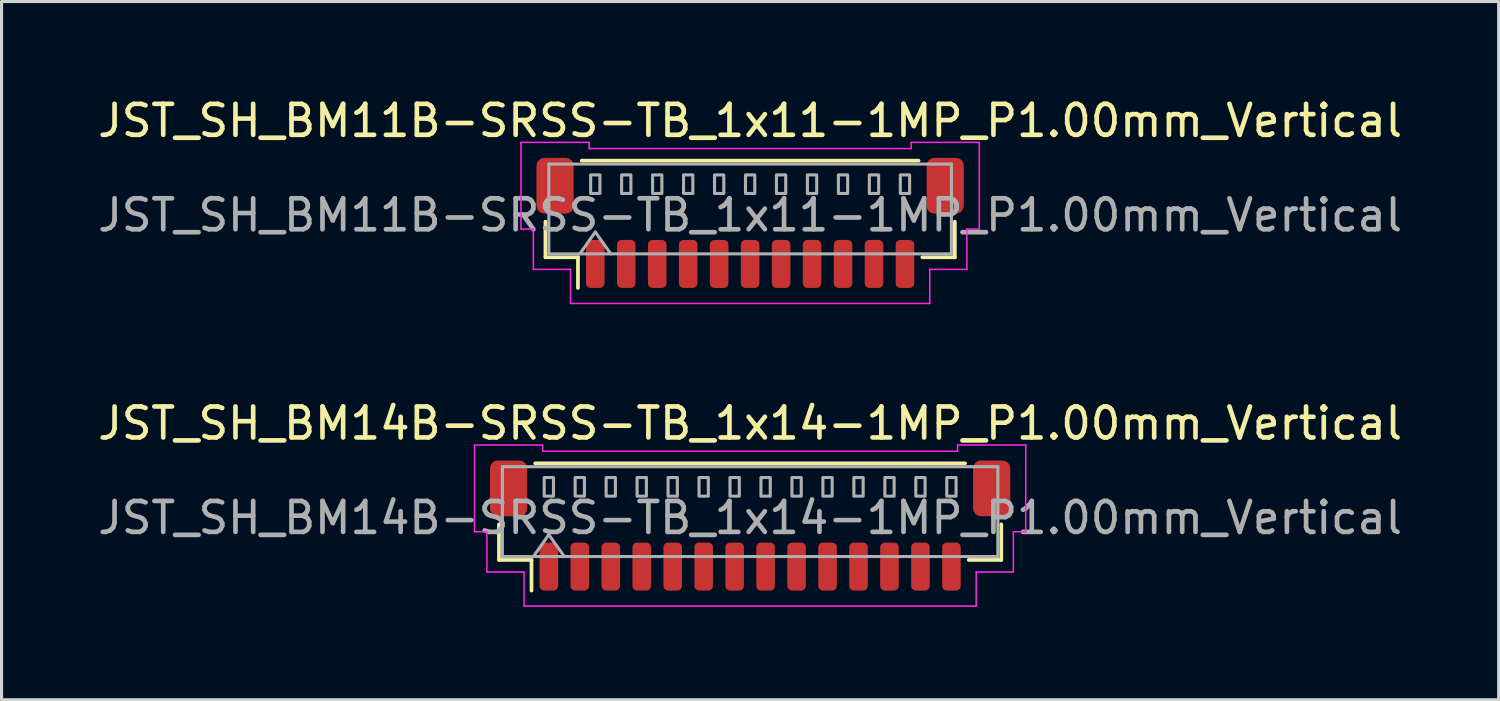
<source format=kicad_pcb>
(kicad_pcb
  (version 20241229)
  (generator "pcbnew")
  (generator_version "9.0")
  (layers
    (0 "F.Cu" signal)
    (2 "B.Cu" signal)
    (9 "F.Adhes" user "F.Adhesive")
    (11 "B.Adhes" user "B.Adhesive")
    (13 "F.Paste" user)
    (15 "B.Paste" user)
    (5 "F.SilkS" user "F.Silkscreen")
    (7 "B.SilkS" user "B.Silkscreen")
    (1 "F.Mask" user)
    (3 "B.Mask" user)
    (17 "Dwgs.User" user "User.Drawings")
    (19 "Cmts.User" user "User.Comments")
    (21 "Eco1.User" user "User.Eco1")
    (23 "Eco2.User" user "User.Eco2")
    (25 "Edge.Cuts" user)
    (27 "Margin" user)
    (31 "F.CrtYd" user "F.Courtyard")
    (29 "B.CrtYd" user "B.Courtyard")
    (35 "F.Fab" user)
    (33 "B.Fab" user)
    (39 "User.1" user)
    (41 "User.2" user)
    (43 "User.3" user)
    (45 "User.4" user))
  (footprint "JST_SH_BM11B-SRSS-TB_1x11-1MP_P1.00mm_Vertical"
    (layer "F.Cu")
    (at 21.173 4.148)
    (property "Reference" "JST_SH_BM11B-SRSS-TB_1x11-1MP_P1.00mm_Vertical" (at 0 -3.3 0) (layer "F.SilkS") (effects (font (size 1 1) (thickness 0.15))))
    (attr smd)
    (fp_line (start -6.61 -0.04) (end -6.61 1.11) (stroke (width 0.12) (type solid)) (layer "F.SilkS"))
    (fp_line (start -6.61 1.11) (end -5.56 1.11) (stroke (width 0.12) (type solid)) (layer "F.SilkS"))
    (fp_line (start -5.56 1.11) (end -5.56 2.1) (stroke (width 0.12) (type solid)) (layer "F.SilkS"))
    (fp_line (start -5.44 -2.01) (end 5.44 -2.01) (stroke (width 0.12) (type solid)) (layer "F.SilkS"))
    (fp_line (start 6.61 -0.04) (end 6.61 1.11) (stroke (width 0.12) (type solid)) (layer "F.SilkS"))
    (fp_line (start 6.61 1.11) (end 5.56 1.11) (stroke (width 0.12) (type solid)) (layer "F.SilkS"))
    (fp_line (start -7.4 -2.6) (end -5.2 -2.6) (stroke (width 0.05) (type solid)) (layer "F.CrtYd"))
    (fp_line (start -7.4 0.2) (end -7.4 -2.6) (stroke (width 0.05) (type solid)) (layer "F.CrtYd"))
    (fp_line (start -7 0.2) (end -7.4 0.2) (stroke (width 0.05) (type solid)) (layer "F.CrtYd"))
    (fp_line (start -7 1.5) (end -7 0.2) (stroke (width 0.05) (type solid)) (layer "F.CrtYd"))
    (fp_line (start -5.8 1.5) (end -7 1.5) (stroke (width 0.05) (type solid)) (layer "F.CrtYd"))
    (fp_line (start -5.8 2.6) (end -5.8 1.5) (stroke (width 0.05) (type solid)) (layer "F.CrtYd"))
    (fp_line (start -5.2 -2.6) (end -5.2 -2.4) (stroke (width 0.05) (type solid)) (layer "F.CrtYd"))
    (fp_line (start -5.2 -2.4) (end 5.2 -2.4) (stroke (width 0.05) (type solid)) (layer "F.CrtYd"))
    (fp_line (start 5.2 -2.6) (end 7.4 -2.6) (stroke (width 0.05) (type solid)) (layer "F.CrtYd"))
    (fp_line (start 5.2 -2.4) (end 5.2 -2.6) (stroke (width 0.05) (type solid)) (layer "F.CrtYd"))
    (fp_line (start 5.8 1.5) (end 5.8 2.6) (stroke (width 0.05) (type solid)) (layer "F.CrtYd"))
    (fp_line (start 5.8 2.6) (end -5.8 2.6) (stroke (width 0.05) (type solid)) (layer "F.CrtYd"))
    (fp_line (start 7 0.2) (end 7 1.5) (stroke (width 0.05) (type solid)) (layer "F.CrtYd"))
    (fp_line (start 7 1.5) (end 5.8 1.5) (stroke (width 0.05) (type solid)) (layer "F.CrtYd"))
    (fp_line (start 7.4 -2.6) (end 7.4 0.2) (stroke (width 0.05) (type solid)) (layer "F.CrtYd"))
    (fp_line (start 7.4 0.2) (end 7 0.2) (stroke (width 0.05) (type solid)) (layer "F.CrtYd"))
    (fp_line (start -6.5 -1.9) (end 6.5 -1.9) (stroke (width 0.1) (type solid)) (layer "F.Fab"))
    (fp_line (start -6.5 1) (end -6.5 -1.9) (stroke (width 0.1) (type solid)) (layer "F.Fab"))
    (fp_line (start -6.5 1) (end 6.5 1) (stroke (width 0.1) (type solid)) (layer "F.Fab"))
    (fp_line (start -5.5 1) (end -5 0.293) (stroke (width 0.1) (type solid)) (layer "F.Fab"))
    (fp_line (start -5 0.293) (end -4.5 1) (stroke (width 0.1) (type solid)) (layer "F.Fab"))
    (fp_line (start 6.5 1) (end 6.5 -1.9) (stroke (width 0.1) (type solid)) (layer "F.Fab"))
    (fp_rect (start -5.15 -1.55) (end -4.85 -0.95) (stroke (width 0.1) (type solid)) (fill no) (layer "F.Fab"))
    (fp_rect (start -4.15 -1.55) (end -3.85 -0.95) (stroke (width 0.1) (type solid)) (fill no) (layer "F.Fab"))
    (fp_rect (start -3.15 -1.55) (end -2.85 -0.95) (stroke (width 0.1) (type solid)) (fill no) (layer "F.Fab"))
    (fp_rect (start -2.15 -1.55) (end -1.85 -0.95) (stroke (width 0.1) (type solid)) (fill no) (layer "F.Fab"))
    (fp_rect (start -1.15 -1.55) (end -0.85 -0.95) (stroke (width 0.1) (type solid)) (fill no) (layer "F.Fab"))
    (fp_rect (start -0.15 -1.55) (end 0.15 -0.95) (stroke (width 0.1) (type solid)) (fill no) (layer "F.Fab"))
    (fp_rect (start 0.85 -1.55) (end 1.15 -0.95) (stroke (width 0.1) (type solid)) (fill no) (layer "F.Fab"))
    (fp_rect (start 1.85 -1.55) (end 2.15 -0.95) (stroke (width 0.1) (type solid)) (fill no) (layer "F.Fab"))
    (fp_rect (start 2.85 -1.55) (end 3.15 -0.95) (stroke (width 0.1) (type solid)) (fill no) (layer "F.Fab"))
    (fp_rect (start 3.85 -1.55) (end 4.15 -0.95) (stroke (width 0.1) (type solid)) (fill no) (layer "F.Fab"))
    (fp_rect (start 4.85 -1.55) (end 5.15 -0.95) (stroke (width 0.1) (type solid)) (fill no) (layer "F.Fab"))
    (fp_text user "${REFERENCE}" (at 0 -0.25 0) (layer "F.Fab") (effects (font (size 1 1) (thickness 0.15))))
    (pad "1" smd roundrect (at -5 1.325) (size 0.6 1.55) (layers "F.Cu" "F.Mask" "F.Paste") (roundrect_rratio 0.25))
    (pad "2" smd roundrect (at -4 1.325) (size 0.6 1.55) (layers "F.Cu" "F.Mask" "F.Paste") (roundrect_rratio 0.25))
    (pad "3" smd roundrect (at -3 1.325) (size 0.6 1.55) (layers "F.Cu" "F.Mask" "F.Paste") (roundrect_rratio 0.25))
    (pad "4" smd roundrect (at -2 1.325) (size 0.6 1.55) (layers "F.Cu" "F.Mask" "F.Paste") (roundrect_rratio 0.25))
    (pad "5" smd roundrect (at -1 1.325) (size 0.6 1.55) (layers "F.Cu" "F.Mask" "F.Paste") (roundrect_rratio 0.25))
    (pad "6" smd roundrect (at 0 1.325) (size 0.6 1.55) (layers "F.Cu" "F.Mask" "F.Paste") (roundrect_rratio 0.25))
    (pad "7" smd roundrect (at 1 1.325) (size 0.6 1.55) (layers "F.Cu" "F.Mask" "F.Paste") (roundrect_rratio 0.25))
    (pad "8" smd roundrect (at 2 1.325) (size 0.6 1.55) (layers "F.Cu" "F.Mask" "F.Paste") (roundrect_rratio 0.25))
    (pad "9" smd roundrect (at 3 1.325) (size 0.6 1.55) (layers "F.Cu" "F.Mask" "F.Paste") (roundrect_rratio 0.25))
    (pad "10" smd roundrect (at 4 1.325) (size 0.6 1.55) (layers "F.Cu" "F.Mask" "F.Paste") (roundrect_rratio 0.25))
    (pad "11" smd roundrect (at 5 1.325) (size 0.6 1.55) (layers "F.Cu" "F.Mask" "F.Paste") (roundrect_rratio 0.25))
    (pad "MP" smd roundrect (at -6.3 -1.2) (size 1.2 1.8) (layers "F.Cu" "F.Mask" "F.Paste") (roundrect_rratio 0.208))
    (pad "MP" smd roundrect (at 6.3 -1.2) (size 1.2 1.8) (layers "F.Cu" "F.Mask" "F.Paste") (roundrect_rratio 0.208)))
  (footprint "JST_SH_BM14B-SRSS-TB_1x14-1MP_P1.00mm_Vertical"
    (layer "F.Cu")
    (at 21.173 13.921)
    (property "Reference" "JST_SH_BM14B-SRSS-TB_1x14-1MP_P1.00mm_Vertical" (at 0 -3.3 0) (layer "F.SilkS") (effects (font (size 1 1) (thickness 0.15))))
    (attr smd)
    (fp_line (start -8.11 -0.04) (end -8.11 1.11) (stroke (width 0.12) (type solid)) (layer "F.SilkS"))
    (fp_line (start -8.11 1.11) (end -7.06 1.11) (stroke (width 0.12) (type solid)) (layer "F.SilkS"))
    (fp_line (start -7.06 1.11) (end -7.06 2.1) (stroke (width 0.12) (type solid)) (layer "F.SilkS"))
    (fp_line (start -6.94 -2.01) (end 6.94 -2.01) (stroke (width 0.12) (type solid)) (layer "F.SilkS"))
    (fp_line (start 8.11 -0.04) (end 8.11 1.11) (stroke (width 0.12) (type solid)) (layer "F.SilkS"))
    (fp_line (start 8.11 1.11) (end 7.06 1.11) (stroke (width 0.12) (type solid)) (layer "F.SilkS"))
    (fp_line (start -8.9 -2.6) (end -6.7 -2.6) (stroke (width 0.05) (type solid)) (layer "F.CrtYd"))
    (fp_line (start -8.9 0.2) (end -8.9 -2.6) (stroke (width 0.05) (type solid)) (layer "F.CrtYd"))
    (fp_line (start -8.5 0.2) (end -8.9 0.2) (stroke (width 0.05) (type solid)) (layer "F.CrtYd"))
    (fp_line (start -8.5 1.5) (end -8.5 0.2) (stroke (width 0.05) (type solid)) (layer "F.CrtYd"))
    (fp_line (start -7.3 1.5) (end -8.5 1.5) (stroke (width 0.05) (type solid)) (layer "F.CrtYd"))
    (fp_line (start -7.3 2.6) (end -7.3 1.5) (stroke (width 0.05) (type solid)) (layer "F.CrtYd"))
    (fp_line (start -6.7 -2.6) (end -6.7 -2.4) (stroke (width 0.05) (type solid)) (layer "F.CrtYd"))
    (fp_line (start -6.7 -2.4) (end 6.7 -2.4) (stroke (width 0.05) (type solid)) (layer "F.CrtYd"))
    (fp_line (start 6.7 -2.6) (end 8.9 -2.6) (stroke (width 0.05) (type solid)) (layer "F.CrtYd"))
    (fp_line (start 6.7 -2.4) (end 6.7 -2.6) (stroke (width 0.05) (type solid)) (layer "F.CrtYd"))
    (fp_line (start 7.3 1.5) (end 7.3 2.6) (stroke (width 0.05) (type solid)) (layer "F.CrtYd"))
    (fp_line (start 7.3 2.6) (end -7.3 2.6) (stroke (width 0.05) (type solid)) (layer "F.CrtYd"))
    (fp_line (start 8.5 0.2) (end 8.5 1.5) (stroke (width 0.05) (type solid)) (layer "F.CrtYd"))
    (fp_line (start 8.5 1.5) (end 7.3 1.5) (stroke (width 0.05) (type solid)) (layer "F.CrtYd"))
    (fp_line (start 8.9 -2.6) (end 8.9 0.2) (stroke (width 0.05) (type solid)) (layer "F.CrtYd"))
    (fp_line (start 8.9 0.2) (end 8.5 0.2) (stroke (width 0.05) (type solid)) (layer "F.CrtYd"))
    (fp_line (start -8 -1.9) (end 8 -1.9) (stroke (width 0.1) (type solid)) (layer "F.Fab"))
    (fp_line (start -8 1) (end -8 -1.9) (stroke (width 0.1) (type solid)) (layer "F.Fab"))
    (fp_line (start -8 1) (end 8 1) (stroke (width 0.1) (type solid)) (layer "F.Fab"))
    (fp_line (start -7 1) (end -6.5 0.293) (stroke (width 0.1) (type solid)) (layer "F.Fab"))
    (fp_line (start -6.5 0.293) (end -6 1) (stroke (width 0.1) (type solid)) (layer "F.Fab"))
    (fp_line (start 8 1) (end 8 -1.9) (stroke (width 0.1) (type solid)) (layer "F.Fab"))
    (fp_rect (start -6.65 -1.55) (end -6.35 -0.95) (stroke (width 0.1) (type solid)) (fill no) (layer "F.Fab"))
    (fp_rect (start -5.65 -1.55) (end -5.35 -0.95) (stroke (width 0.1) (type solid)) (fill no) (layer "F.Fab"))
    (fp_rect (start -4.65 -1.55) (end -4.35 -0.95) (stroke (width 0.1) (type solid)) (fill no) (layer "F.Fab"))
    (fp_rect (start -3.65 -1.55) (end -3.35 -0.95) (stroke (width 0.1) (type solid)) (fill no) (layer "F.Fab"))
    (fp_rect (start -2.65 -1.55) (end -2.35 -0.95) (stroke (width 0.1) (type solid)) (fill no) (layer "F.Fab"))
    (fp_rect (start -1.65 -1.55) (end -1.35 -0.95) (stroke (width 0.1) (type solid)) (fill no) (layer "F.Fab"))
    (fp_rect (start -0.65 -1.55) (end -0.35 -0.95) (stroke (width 0.1) (type solid)) (fill no) (layer "F.Fab"))
    (fp_rect (start 0.35 -1.55) (end 0.65 -0.95) (stroke (width 0.1) (type solid)) (fill no) (layer "F.Fab"))
    (fp_rect (start 1.35 -1.55) (end 1.65 -0.95) (stroke (width 0.1) (type solid)) (fill no) (layer "F.Fab"))
    (fp_rect (start 2.35 -1.55) (end 2.65 -0.95) (stroke (width 0.1) (type solid)) (fill no) (layer "F.Fab"))
    (fp_rect (start 3.35 -1.55) (end 3.65 -0.95) (stroke (width 0.1) (type solid)) (fill no) (layer "F.Fab"))
    (fp_rect (start 4.35 -1.55) (end 4.65 -0.95) (stroke (width 0.1) (type solid)) (fill no) (layer "F.Fab"))
    (fp_rect (start 5.35 -1.55) (end 5.65 -0.95) (stroke (width 0.1) (type solid)) (fill no) (layer "F.Fab"))
    (fp_rect (start 6.35 -1.55) (end 6.65 -0.95) (stroke (width 0.1) (type solid)) (fill no) (layer "F.Fab"))
    (fp_text user "${REFERENCE}" (at 0 -0.25 0) (layer "F.Fab") (effects (font (size 1 1) (thickness 0.15))))
    (pad "1" smd roundrect (at -6.5 1.325) (size 0.6 1.55) (layers "F.Cu" "F.Mask" "F.Paste") (roundrect_rratio 0.25))
    (pad "2" smd roundrect (at -5.5 1.325) (size 0.6 1.55) (layers "F.Cu" "F.Mask" "F.Paste") (roundrect_rratio 0.25))
    (pad "3" smd roundrect (at -4.5 1.325) (size 0.6 1.55) (layers "F.Cu" "F.Mask" "F.Paste") (roundrect_rratio 0.25))
    (pad "4" smd roundrect (at -3.5 1.325) (size 0.6 1.55) (layers "F.Cu" "F.Mask" "F.Paste") (roundrect_rratio 0.25))
    (pad "5" smd roundrect (at -2.5 1.325) (size 0.6 1.55) (layers "F.Cu" "F.Mask" "F.Paste") (roundrect_rratio 0.25))
    (pad "6" smd roundrect (at -1.5 1.325) (size 0.6 1.55) (layers "F.Cu" "F.Mask" "F.Paste") (roundrect_rratio 0.25))
    (pad "7" smd roundrect (at -0.5 1.325) (size 0.6 1.55) (layers "F.Cu" "F.Mask" "F.Paste") (roundrect_rratio 0.25))
    (pad "8" smd roundrect (at 0.5 1.325) (size 0.6 1.55) (layers "F.Cu" "F.Mask" "F.Paste") (roundrect_rratio 0.25))
    (pad "9" smd roundrect (at 1.5 1.325) (size 0.6 1.55) (layers "F.Cu" "F.Mask" "F.Paste") (roundrect_rratio 0.25))
    (pad "10" smd roundrect (at 2.5 1.325) (size 0.6 1.55) (layers "F.Cu" "F.Mask" "F.Paste") (roundrect_rratio 0.25))
    (pad "11" smd roundrect (at 3.5 1.325) (size 0.6 1.55) (layers "F.Cu" "F.Mask" "F.Paste") (roundrect_rratio 0.25))
    (pad "12" smd roundrect (at 4.5 1.325) (size 0.6 1.55) (layers "F.Cu" "F.Mask" "F.Paste") (roundrect_rratio 0.25))
    (pad "13" smd roundrect (at 5.5 1.325) (size 0.6 1.55) (layers "F.Cu" "F.Mask" "F.Paste") (roundrect_rratio 0.25))
    (pad "14" smd roundrect (at 6.5 1.325) (size 0.6 1.55) (layers "F.Cu" "F.Mask" "F.Paste") (roundrect_rratio 0.25))
    (pad "MP" smd roundrect (at -7.8 -1.2) (size 1.2 1.8) (layers "F.Cu" "F.Mask" "F.Paste") (roundrect_rratio 0.208))
    (pad "MP" smd roundrect (at 7.8 -1.2) (size 1.2 1.8) (layers "F.Cu" "F.Mask" "F.Paste") (roundrect_rratio 0.208)))
  (gr_rect
    (start -3 -3)
    (end 45.345 19.547)
    (stroke (width 0.1) (type default))
    (fill no)
    (layer "Edge.Cuts")))
</source>
